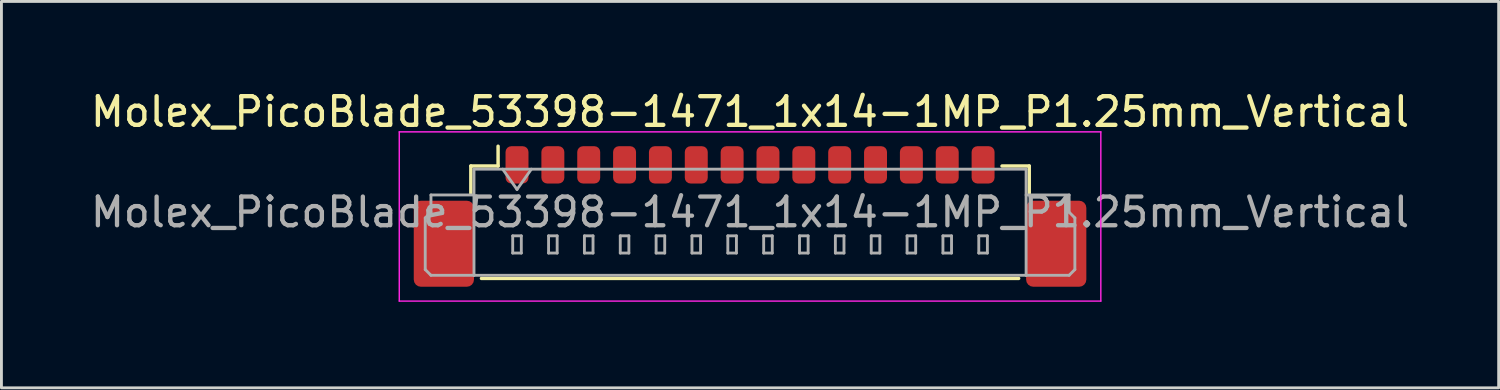
<source format=kicad_pcb>
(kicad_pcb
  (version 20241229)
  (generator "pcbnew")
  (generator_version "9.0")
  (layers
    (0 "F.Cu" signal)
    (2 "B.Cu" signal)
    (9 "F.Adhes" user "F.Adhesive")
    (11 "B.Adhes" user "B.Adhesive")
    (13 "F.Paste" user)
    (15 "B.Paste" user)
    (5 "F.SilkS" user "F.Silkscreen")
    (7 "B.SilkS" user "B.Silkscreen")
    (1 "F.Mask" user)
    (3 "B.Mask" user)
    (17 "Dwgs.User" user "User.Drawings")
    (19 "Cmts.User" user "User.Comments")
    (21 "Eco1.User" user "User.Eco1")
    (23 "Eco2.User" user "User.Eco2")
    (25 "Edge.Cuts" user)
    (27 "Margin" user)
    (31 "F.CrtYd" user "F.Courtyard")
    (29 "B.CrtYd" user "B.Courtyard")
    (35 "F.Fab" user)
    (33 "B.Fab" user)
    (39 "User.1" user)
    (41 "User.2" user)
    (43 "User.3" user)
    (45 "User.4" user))
  (footprint "Molex_PicoBlade_53398-1471_1x14-1MP_P1.25mm_Vertical"
    (layer "F.Cu")
    (at 23.101 3.948)
    (property "Reference" "Molex_PicoBlade_53398-1471_1x14-1MP_P1.25mm_Vertical" (at 0 -3.1 0) (layer "F.SilkS") (effects (font (size 1 1) (thickness 0.15))))
    (attr smd)
    (fp_line (start -9.735 -1.21) (end -8.785 -1.21) (stroke (width 0.12) (type solid)) (layer "F.SilkS"))
    (fp_line (start -9.735 -0.26) (end -9.735 -1.21) (stroke (width 0.12) (type solid)) (layer "F.SilkS"))
    (fp_line (start -9.365 2.71) (end 9.365 2.71) (stroke (width 0.12) (type solid)) (layer "F.SilkS"))
    (fp_line (start -8.785 -1.21) (end -8.785 -1.9) (stroke (width 0.12) (type solid)) (layer "F.SilkS"))
    (fp_line (start 9.735 -1.21) (end 8.785 -1.21) (stroke (width 0.12) (type solid)) (layer "F.SilkS"))
    (fp_line (start 9.735 -0.26) (end 9.735 -1.21) (stroke (width 0.12) (type solid)) (layer "F.SilkS"))
    (fp_line (start -12.23 -2.4) (end -12.23 3.5) (stroke (width 0.05) (type solid)) (layer "F.CrtYd"))
    (fp_line (start -12.23 3.5) (end 12.23 3.5) (stroke (width 0.05) (type solid)) (layer "F.CrtYd"))
    (fp_line (start 12.23 -2.4) (end -12.23 -2.4) (stroke (width 0.05) (type solid)) (layer "F.CrtYd"))
    (fp_line (start 12.23 3.5) (end 12.23 -2.4) (stroke (width 0.05) (type solid)) (layer "F.CrtYd"))
    (fp_line (start -11.325 0.6) (end -11.125 0.4) (stroke (width 0.1) (type solid)) (layer "F.Fab"))
    (fp_line (start -11.325 2.4) (end -11.325 0.6) (stroke (width 0.1) (type solid)) (layer "F.Fab"))
    (fp_line (start -11.125 -0.2) (end -9.625 -0.2) (stroke (width 0.1) (type solid)) (layer "F.Fab"))
    (fp_line (start -11.125 0.4) (end -11.125 -0.2) (stroke (width 0.1) (type solid)) (layer "F.Fab"))
    (fp_line (start -11.125 2.6) (end -11.325 2.4) (stroke (width 0.1) (type solid)) (layer "F.Fab"))
    (fp_line (start -9.625 -1.1) (end -9.625 2.6) (stroke (width 0.1) (type solid)) (layer "F.Fab"))
    (fp_line (start -9.625 -1.1) (end 9.625 -1.1) (stroke (width 0.1) (type solid)) (layer "F.Fab"))
    (fp_line (start -9.625 2.6) (end -11.125 2.6) (stroke (width 0.1) (type solid)) (layer "F.Fab"))
    (fp_line (start -9.625 2.6) (end 9.625 2.6) (stroke (width 0.1) (type solid)) (layer "F.Fab"))
    (fp_line (start -8.625 -1.1) (end -8.125 -0.393) (stroke (width 0.1) (type solid)) (layer "F.Fab"))
    (fp_line (start -8.275 1.225) (end -8.275 1.825) (stroke (width 0.1) (type solid)) (layer "F.Fab"))
    (fp_line (start -8.275 1.825) (end -7.975 1.825) (stroke (width 0.1) (type solid)) (layer "F.Fab"))
    (fp_line (start -8.125 -0.393) (end -7.625 -1.1) (stroke (width 0.1) (type solid)) (layer "F.Fab"))
    (fp_line (start -7.975 1.225) (end -8.275 1.225) (stroke (width 0.1) (type solid)) (layer "F.Fab"))
    (fp_line (start -7.975 1.825) (end -7.975 1.225) (stroke (width 0.1) (type solid)) (layer "F.Fab"))
    (fp_line (start -7.025 1.225) (end -7.025 1.825) (stroke (width 0.1) (type solid)) (layer "F.Fab"))
    (fp_line (start -7.025 1.825) (end -6.725 1.825) (stroke (width 0.1) (type solid)) (layer "F.Fab"))
    (fp_line (start -6.725 1.225) (end -7.025 1.225) (stroke (width 0.1) (type solid)) (layer "F.Fab"))
    (fp_line (start -6.725 1.825) (end -6.725 1.225) (stroke (width 0.1) (type solid)) (layer "F.Fab"))
    (fp_line (start -5.775 1.225) (end -5.775 1.825) (stroke (width 0.1) (type solid)) (layer "F.Fab"))
    (fp_line (start -5.775 1.825) (end -5.475 1.825) (stroke (width 0.1) (type solid)) (layer "F.Fab"))
    (fp_line (start -5.475 1.225) (end -5.775 1.225) (stroke (width 0.1) (type solid)) (layer "F.Fab"))
    (fp_line (start -5.475 1.825) (end -5.475 1.225) (stroke (width 0.1) (type solid)) (layer "F.Fab"))
    (fp_line (start -4.525 1.225) (end -4.525 1.825) (stroke (width 0.1) (type solid)) (layer "F.Fab"))
    (fp_line (start -4.525 1.825) (end -4.225 1.825) (stroke (width 0.1) (type solid)) (layer "F.Fab"))
    (fp_line (start -4.225 1.225) (end -4.525 1.225) (stroke (width 0.1) (type solid)) (layer "F.Fab"))
    (fp_line (start -4.225 1.825) (end -4.225 1.225) (stroke (width 0.1) (type solid)) (layer "F.Fab"))
    (fp_line (start -3.275 1.225) (end -3.275 1.825) (stroke (width 0.1) (type solid)) (layer "F.Fab"))
    (fp_line (start -3.275 1.825) (end -2.975 1.825) (stroke (width 0.1) (type solid)) (layer "F.Fab"))
    (fp_line (start -2.975 1.225) (end -3.275 1.225) (stroke (width 0.1) (type solid)) (layer "F.Fab"))
    (fp_line (start -2.975 1.825) (end -2.975 1.225) (stroke (width 0.1) (type solid)) (layer "F.Fab"))
    (fp_line (start -2.025 1.225) (end -2.025 1.825) (stroke (width 0.1) (type solid)) (layer "F.Fab"))
    (fp_line (start -2.025 1.825) (end -1.725 1.825) (stroke (width 0.1) (type solid)) (layer "F.Fab"))
    (fp_line (start -1.725 1.225) (end -2.025 1.225) (stroke (width 0.1) (type solid)) (layer "F.Fab"))
    (fp_line (start -1.725 1.825) (end -1.725 1.225) (stroke (width 0.1) (type solid)) (layer "F.Fab"))
    (fp_line (start -0.775 1.225) (end -0.775 1.825) (stroke (width 0.1) (type solid)) (layer "F.Fab"))
    (fp_line (start -0.775 1.825) (end -0.475 1.825) (stroke (width 0.1) (type solid)) (layer "F.Fab"))
    (fp_line (start -0.475 1.225) (end -0.775 1.225) (stroke (width 0.1) (type solid)) (layer "F.Fab"))
    (fp_line (start -0.475 1.825) (end -0.475 1.225) (stroke (width 0.1) (type solid)) (layer "F.Fab"))
    (fp_line (start 0.475 1.225) (end 0.475 1.825) (stroke (width 0.1) (type solid)) (layer "F.Fab"))
    (fp_line (start 0.475 1.825) (end 0.775 1.825) (stroke (width 0.1) (type solid)) (layer "F.Fab"))
    (fp_line (start 0.775 1.225) (end 0.475 1.225) (stroke (width 0.1) (type solid)) (layer "F.Fab"))
    (fp_line (start 0.775 1.825) (end 0.775 1.225) (stroke (width 0.1) (type solid)) (layer "F.Fab"))
    (fp_line (start 1.725 1.225) (end 1.725 1.825) (stroke (width 0.1) (type solid)) (layer "F.Fab"))
    (fp_line (start 1.725 1.825) (end 2.025 1.825) (stroke (width 0.1) (type solid)) (layer "F.Fab"))
    (fp_line (start 2.025 1.225) (end 1.725 1.225) (stroke (width 0.1) (type solid)) (layer "F.Fab"))
    (fp_line (start 2.025 1.825) (end 2.025 1.225) (stroke (width 0.1) (type solid)) (layer "F.Fab"))
    (fp_line (start 2.975 1.225) (end 2.975 1.825) (stroke (width 0.1) (type solid)) (layer "F.Fab"))
    (fp_line (start 2.975 1.825) (end 3.275 1.825) (stroke (width 0.1) (type solid)) (layer "F.Fab"))
    (fp_line (start 3.275 1.225) (end 2.975 1.225) (stroke (width 0.1) (type solid)) (layer "F.Fab"))
    (fp_line (start 3.275 1.825) (end 3.275 1.225) (stroke (width 0.1) (type solid)) (layer "F.Fab"))
    (fp_line (start 4.225 1.225) (end 4.225 1.825) (stroke (width 0.1) (type solid)) (layer "F.Fab"))
    (fp_line (start 4.225 1.825) (end 4.525 1.825) (stroke (width 0.1) (type solid)) (layer "F.Fab"))
    (fp_line (start 4.525 1.225) (end 4.225 1.225) (stroke (width 0.1) (type solid)) (layer "F.Fab"))
    (fp_line (start 4.525 1.825) (end 4.525 1.225) (stroke (width 0.1) (type solid)) (layer "F.Fab"))
    (fp_line (start 5.475 1.225) (end 5.475 1.825) (stroke (width 0.1) (type solid)) (layer "F.Fab"))
    (fp_line (start 5.475 1.825) (end 5.775 1.825) (stroke (width 0.1) (type solid)) (layer "F.Fab"))
    (fp_line (start 5.775 1.225) (end 5.475 1.225) (stroke (width 0.1) (type solid)) (layer "F.Fab"))
    (fp_line (start 5.775 1.825) (end 5.775 1.225) (stroke (width 0.1) (type solid)) (layer "F.Fab"))
    (fp_line (start 6.725 1.225) (end 6.725 1.825) (stroke (width 0.1) (type solid)) (layer "F.Fab"))
    (fp_line (start 6.725 1.825) (end 7.025 1.825) (stroke (width 0.1) (type solid)) (layer "F.Fab"))
    (fp_line (start 7.025 1.225) (end 6.725 1.225) (stroke (width 0.1) (type solid)) (layer "F.Fab"))
    (fp_line (start 7.025 1.825) (end 7.025 1.225) (stroke (width 0.1) (type solid)) (layer "F.Fab"))
    (fp_line (start 7.975 1.225) (end 7.975 1.825) (stroke (width 0.1) (type solid)) (layer "F.Fab"))
    (fp_line (start 7.975 1.825) (end 8.275 1.825) (stroke (width 0.1) (type solid)) (layer "F.Fab"))
    (fp_line (start 8.275 1.225) (end 7.975 1.225) (stroke (width 0.1) (type solid)) (layer "F.Fab"))
    (fp_line (start 8.275 1.825) (end 8.275 1.225) (stroke (width 0.1) (type solid)) (layer "F.Fab"))
    (fp_line (start 9.625 -1.1) (end 9.625 2.6) (stroke (width 0.1) (type solid)) (layer "F.Fab"))
    (fp_line (start 9.625 2.6) (end 11.125 2.6) (stroke (width 0.1) (type solid)) (layer "F.Fab"))
    (fp_line (start 11.125 -0.2) (end 9.625 -0.2) (stroke (width 0.1) (type solid)) (layer "F.Fab"))
    (fp_line (start 11.125 0.4) (end 11.125 -0.2) (stroke (width 0.1) (type solid)) (layer "F.Fab"))
    (fp_line (start 11.125 2.6) (end 11.325 2.4) (stroke (width 0.1) (type solid)) (layer "F.Fab"))
    (fp_line (start 11.325 0.6) (end 11.125 0.4) (stroke (width 0.1) (type solid)) (layer "F.Fab"))
    (fp_line (start 11.325 2.4) (end 11.325 0.6) (stroke (width 0.1) (type solid)) (layer "F.Fab"))
    (fp_text user "${REFERENCE}" (at 0 0.4 0) (layer "F.Fab") (effects (font (size 1 1) (thickness 0.15))))
    (pad "1" smd roundrect (at -8.125 -1.25) (size 0.8 1.3) (layers "F.Cu" "F.Mask" "F.Paste") (roundrect_rratio 0.25))
    (pad "2" smd roundrect (at -6.875 -1.25) (size 0.8 1.3) (layers "F.Cu" "F.Mask" "F.Paste") (roundrect_rratio 0.25))
    (pad "3" smd roundrect (at -5.625 -1.25) (size 0.8 1.3) (layers "F.Cu" "F.Mask" "F.Paste") (roundrect_rratio 0.25))
    (pad "4" smd roundrect (at -4.375 -1.25) (size 0.8 1.3) (layers "F.Cu" "F.Mask" "F.Paste") (roundrect_rratio 0.25))
    (pad "5" smd roundrect (at -3.125 -1.25) (size 0.8 1.3) (layers "F.Cu" "F.Mask" "F.Paste") (roundrect_rratio 0.25))
    (pad "6" smd roundrect (at -1.875 -1.25) (size 0.8 1.3) (layers "F.Cu" "F.Mask" "F.Paste") (roundrect_rratio 0.25))
    (pad "7" smd roundrect (at -0.625 -1.25) (size 0.8 1.3) (layers "F.Cu" "F.Mask" "F.Paste") (roundrect_rratio 0.25))
    (pad "8" smd roundrect (at 0.625 -1.25) (size 0.8 1.3) (layers "F.Cu" "F.Mask" "F.Paste") (roundrect_rratio 0.25))
    (pad "9" smd roundrect (at 1.875 -1.25) (size 0.8 1.3) (layers "F.Cu" "F.Mask" "F.Paste") (roundrect_rratio 0.25))
    (pad "10" smd roundrect (at 3.125 -1.25) (size 0.8 1.3) (layers "F.Cu" "F.Mask" "F.Paste") (roundrect_rratio 0.25))
    (pad "11" smd roundrect (at 4.375 -1.25) (size 0.8 1.3) (layers "F.Cu" "F.Mask" "F.Paste") (roundrect_rratio 0.25))
    (pad "12" smd roundrect (at 5.625 -1.25) (size 0.8 1.3) (layers "F.Cu" "F.Mask" "F.Paste") (roundrect_rratio 0.25))
    (pad "13" smd roundrect (at 6.875 -1.25) (size 0.8 1.3) (layers "F.Cu" "F.Mask" "F.Paste") (roundrect_rratio 0.25))
    (pad "14" smd roundrect (at 8.125 -1.25) (size 0.8 1.3) (layers "F.Cu" "F.Mask" "F.Paste") (roundrect_rratio 0.25))
    (pad "MP" smd roundrect (at -10.675 1.5) (size 2.1 3) (layers "F.Cu" "F.Mask" "F.Paste") (roundrect_rratio 0.119))
    (pad "MP" smd roundrect (at 10.675 1.5) (size 2.1 3) (layers "F.Cu" "F.Mask" "F.Paste") (roundrect_rratio 0.119)))
  (gr_rect
    (start -3 -3)
    (end 49.202 10.473)
    (stroke (width 0.1) (type default))
    (fill no)
    (layer "Edge.Cuts")))
</source>
